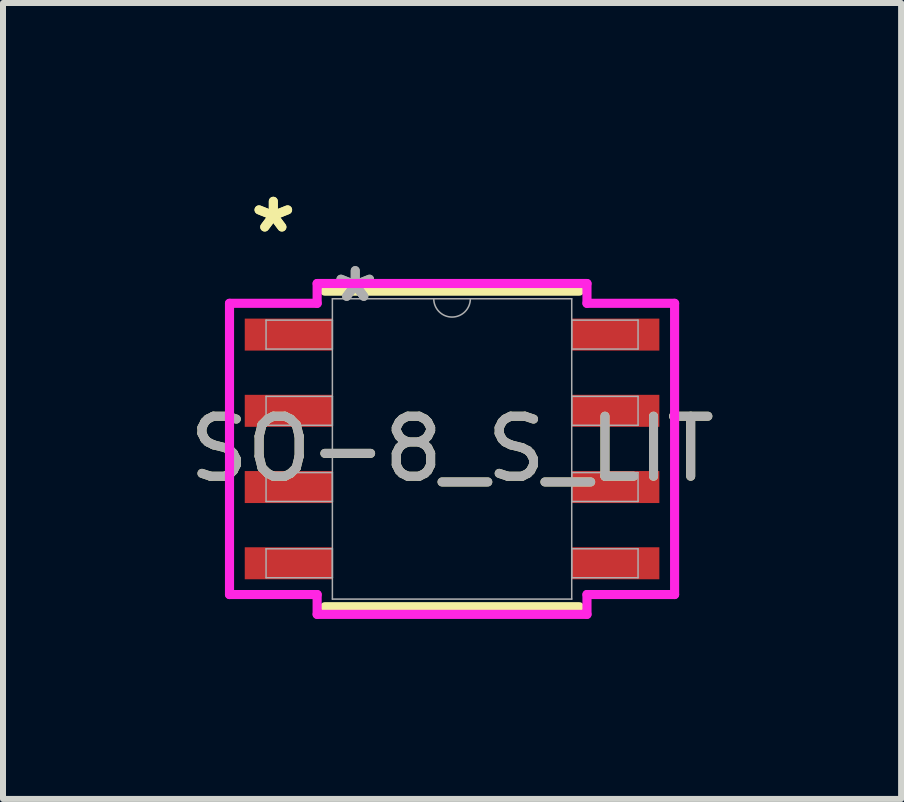
<source format=kicad_pcb>
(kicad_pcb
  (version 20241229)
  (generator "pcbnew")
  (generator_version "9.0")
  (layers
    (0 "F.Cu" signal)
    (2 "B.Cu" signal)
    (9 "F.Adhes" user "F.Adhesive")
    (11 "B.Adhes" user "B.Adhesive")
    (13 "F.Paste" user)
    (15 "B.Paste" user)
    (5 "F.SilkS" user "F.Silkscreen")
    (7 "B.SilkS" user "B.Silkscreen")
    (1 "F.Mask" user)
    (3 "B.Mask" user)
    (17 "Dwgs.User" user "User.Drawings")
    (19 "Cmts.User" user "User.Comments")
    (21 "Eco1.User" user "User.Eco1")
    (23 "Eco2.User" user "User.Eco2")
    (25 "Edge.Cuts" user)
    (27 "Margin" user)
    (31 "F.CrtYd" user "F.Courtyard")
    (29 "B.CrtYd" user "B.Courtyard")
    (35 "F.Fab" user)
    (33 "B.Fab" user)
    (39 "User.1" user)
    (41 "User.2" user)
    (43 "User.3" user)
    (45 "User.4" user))
  (footprint "SO-8_S_LIT"
    (layer "F.Cu")
    (at 4.482 4.43)
    (property "Reference" "SO-8_S_LIT" (at 0 0 0) (unlocked yes) (layer "F.SilkS") (effects (font (size 1 1) (thickness 0.15))))
    (attr smd)
    (fp_line (start -2.121 2.629) (end 2.121 2.629) (stroke (width 0.152) (type solid)) (layer "F.SilkS"))
    (fp_line (start 2.121 -2.629) (end -2.121 -2.629) (stroke (width 0.152) (type solid)) (layer "F.SilkS"))
    (fp_line (start -3.708 -2.426) (end -2.248 -2.426) (stroke (width 0.152) (type solid)) (layer "F.CrtYd"))
    (fp_line (start -3.708 2.426) (end -3.708 -2.426) (stroke (width 0.152) (type solid)) (layer "F.CrtYd"))
    (fp_line (start -3.708 2.426) (end -2.248 2.426) (stroke (width 0.152) (type solid)) (layer "F.CrtYd"))
    (fp_line (start -2.248 -2.756) (end 2.248 -2.756) (stroke (width 0.152) (type solid)) (layer "F.CrtYd"))
    (fp_line (start -2.248 -2.426) (end -2.248 -2.756) (stroke (width 0.152) (type solid)) (layer "F.CrtYd"))
    (fp_line (start -2.248 2.756) (end -2.248 2.426) (stroke (width 0.152) (type solid)) (layer "F.CrtYd"))
    (fp_line (start 2.248 -2.756) (end 2.248 -2.426) (stroke (width 0.152) (type solid)) (layer "F.CrtYd"))
    (fp_line (start 2.248 2.426) (end 2.248 2.756) (stroke (width 0.152) (type solid)) (layer "F.CrtYd"))
    (fp_line (start 2.248 2.756) (end -2.248 2.756) (stroke (width 0.152) (type solid)) (layer "F.CrtYd"))
    (fp_line (start 3.708 -2.426) (end 2.248 -2.426) (stroke (width 0.152) (type solid)) (layer "F.CrtYd"))
    (fp_line (start 3.708 -2.426) (end 3.708 2.426) (stroke (width 0.152) (type solid)) (layer "F.CrtYd"))
    (fp_line (start 3.708 2.426) (end 2.248 2.426) (stroke (width 0.152) (type solid)) (layer "F.CrtYd"))
    (fp_line (start -3.099 -2.146) (end -3.099 -1.664) (stroke (width 0.025) (type solid)) (layer "F.Fab"))
    (fp_line (start -3.099 -1.664) (end -1.994 -1.664) (stroke (width 0.025) (type solid)) (layer "F.Fab"))
    (fp_line (start -3.099 -0.876) (end -3.099 -0.394) (stroke (width 0.025) (type solid)) (layer "F.Fab"))
    (fp_line (start -3.099 -0.394) (end -1.994 -0.394) (stroke (width 0.025) (type solid)) (layer "F.Fab"))
    (fp_line (start -3.099 0.394) (end -3.099 0.876) (stroke (width 0.025) (type solid)) (layer "F.Fab"))
    (fp_line (start -3.099 0.876) (end -1.994 0.876) (stroke (width 0.025) (type solid)) (layer "F.Fab"))
    (fp_line (start -3.099 1.664) (end -3.099 2.146) (stroke (width 0.025) (type solid)) (layer "F.Fab"))
    (fp_line (start -3.099 2.146) (end -1.994 2.146) (stroke (width 0.025) (type solid)) (layer "F.Fab"))
    (fp_line (start -1.994 -2.502) (end -1.994 2.502) (stroke (width 0.025) (type solid)) (layer "F.Fab"))
    (fp_line (start -1.994 -2.146) (end -3.099 -2.146) (stroke (width 0.025) (type solid)) (layer "F.Fab"))
    (fp_line (start -1.994 -1.664) (end -1.994 -2.146) (stroke (width 0.025) (type solid)) (layer "F.Fab"))
    (fp_line (start -1.994 -0.876) (end -3.099 -0.876) (stroke (width 0.025) (type solid)) (layer "F.Fab"))
    (fp_line (start -1.994 -0.394) (end -1.994 -0.876) (stroke (width 0.025) (type solid)) (layer "F.Fab"))
    (fp_line (start -1.994 0.394) (end -3.099 0.394) (stroke (width 0.025) (type solid)) (layer "F.Fab"))
    (fp_line (start -1.994 0.876) (end -1.994 0.394) (stroke (width 0.025) (type solid)) (layer "F.Fab"))
    (fp_line (start -1.994 1.664) (end -3.099 1.664) (stroke (width 0.025) (type solid)) (layer "F.Fab"))
    (fp_line (start -1.994 2.146) (end -1.994 1.664) (stroke (width 0.025) (type solid)) (layer "F.Fab"))
    (fp_line (start -1.994 2.502) (end 1.994 2.502) (stroke (width 0.025) (type solid)) (layer "F.Fab"))
    (fp_line (start 1.994 -2.502) (end -1.994 -2.502) (stroke (width 0.025) (type solid)) (layer "F.Fab"))
    (fp_line (start 1.994 -2.146) (end 1.994 -1.664) (stroke (width 0.025) (type solid)) (layer "F.Fab"))
    (fp_line (start 1.994 -1.664) (end 3.099 -1.664) (stroke (width 0.025) (type solid)) (layer "F.Fab"))
    (fp_line (start 1.994 -0.876) (end 1.994 -0.394) (stroke (width 0.025) (type solid)) (layer "F.Fab"))
    (fp_line (start 1.994 -0.394) (end 3.099 -0.394) (stroke (width 0.025) (type solid)) (layer "F.Fab"))
    (fp_line (start 1.994 0.394) (end 1.994 0.876) (stroke (width 0.025) (type solid)) (layer "F.Fab"))
    (fp_line (start 1.994 0.876) (end 3.099 0.876) (stroke (width 0.025) (type solid)) (layer "F.Fab"))
    (fp_line (start 1.994 1.664) (end 1.994 2.146) (stroke (width 0.025) (type solid)) (layer "F.Fab"))
    (fp_line (start 1.994 2.146) (end 3.099 2.146) (stroke (width 0.025) (type solid)) (layer "F.Fab"))
    (fp_line (start 1.994 2.502) (end 1.994 -2.502) (stroke (width 0.025) (type solid)) (layer "F.Fab"))
    (fp_line (start 3.099 -2.146) (end 1.994 -2.146) (stroke (width 0.025) (type solid)) (layer "F.Fab"))
    (fp_line (start 3.099 -1.664) (end 3.099 -2.146) (stroke (width 0.025) (type solid)) (layer "F.Fab"))
    (fp_line (start 3.099 -0.876) (end 1.994 -0.876) (stroke (width 0.025) (type solid)) (layer "F.Fab"))
    (fp_line (start 3.099 -0.394) (end 3.099 -0.876) (stroke (width 0.025) (type solid)) (layer "F.Fab"))
    (fp_line (start 3.099 0.394) (end 1.994 0.394) (stroke (width 0.025) (type solid)) (layer "F.Fab"))
    (fp_line (start 3.099 0.876) (end 3.099 0.394) (stroke (width 0.025) (type solid)) (layer "F.Fab"))
    (fp_line (start 3.099 1.664) (end 1.994 1.664) (stroke (width 0.025) (type solid)) (layer "F.Fab"))
    (fp_line (start 3.099 2.146) (end 3.099 1.664) (stroke (width 0.025) (type solid)) (layer "F.Fab"))
    (fp_arc (start 0.3048 -2.5019) (mid 0 -2.1971) (end -0.3048 -2.5019) (stroke (width 0.0254) (type solid)) (layer "F.Fab"))
    (fp_text user "*" (at -2.978 -3.581 0) (unlocked yes) (layer "F.SilkS") (effects (font (size 1 1) (thickness 0.15))))
    (fp_text user "*" (at -2.978 -3.581 0) (layer "F.SilkS") (effects (font (size 1 1) (thickness 0.15))))
    (fp_text user "*" (at -1.613 -2.426 0) (unlocked yes) (layer "F.Fab") (effects (font (size 1 1) (thickness 0.15))))
    (fp_text user "*" (at -1.613 -2.426 0) (layer "F.Fab") (effects (font (size 1 1) (thickness 0.15))))
    (fp_text user "${REFERENCE}" (at 0 0 0) (unlocked yes) (layer "F.Fab") (effects (font (size 1 1) (thickness 0.15))))
    (pad "1" smd rect (at -2.724 -1.905) (size 1.46 0.533) (layers "F.Cu" "F.Mask" "F.Paste"))
    (pad "2" smd rect (at -2.724 -0.635) (size 1.46 0.533) (layers "F.Cu" "F.Mask" "F.Paste"))
    (pad "3" smd rect (at -2.724 0.635) (size 1.46 0.533) (layers "F.Cu" "F.Mask" "F.Paste"))
    (pad "4" smd rect (at -2.724 1.905) (size 1.46 0.533) (layers "F.Cu" "F.Mask" "F.Paste"))
    (pad "5" smd rect (at 2.724 1.905) (size 1.46 0.533) (layers "F.Cu" "F.Mask" "F.Paste"))
    (pad "6" smd rect (at 2.724 0.635) (size 1.46 0.533) (layers "F.Cu" "F.Mask" "F.Paste"))
    (pad "7" smd rect (at 2.724 -0.635) (size 1.46 0.533) (layers "F.Cu" "F.Mask" "F.Paste"))
    (pad "8" smd rect (at 2.724 -1.905) (size 1.46 0.533) (layers "F.Cu" "F.Mask" "F.Paste")))
  (gr_rect
    (start -3 -3)
    (end 11.964 10.262)
    (stroke (width 0.1) (type default))
    (fill no)
    (layer "Edge.Cuts")))
</source>
